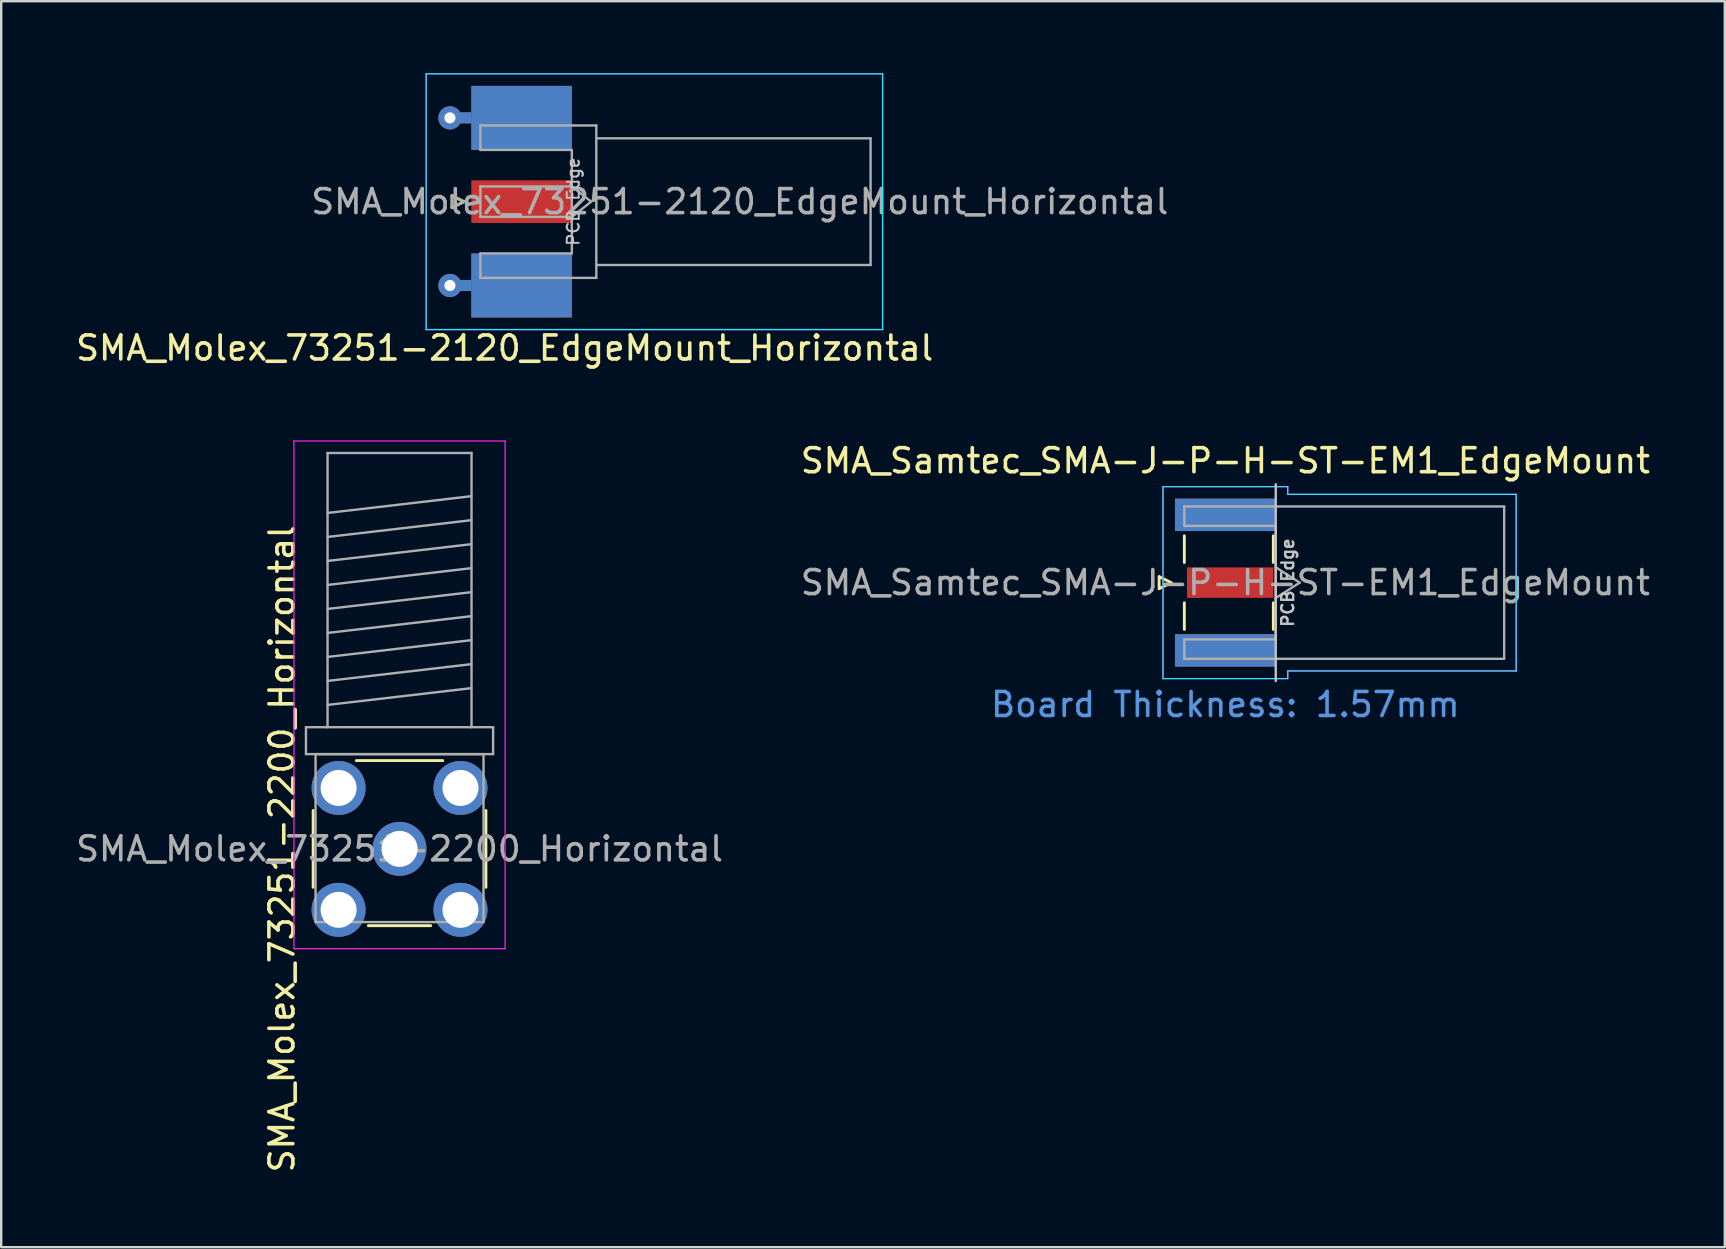
<source format=kicad_pcb>
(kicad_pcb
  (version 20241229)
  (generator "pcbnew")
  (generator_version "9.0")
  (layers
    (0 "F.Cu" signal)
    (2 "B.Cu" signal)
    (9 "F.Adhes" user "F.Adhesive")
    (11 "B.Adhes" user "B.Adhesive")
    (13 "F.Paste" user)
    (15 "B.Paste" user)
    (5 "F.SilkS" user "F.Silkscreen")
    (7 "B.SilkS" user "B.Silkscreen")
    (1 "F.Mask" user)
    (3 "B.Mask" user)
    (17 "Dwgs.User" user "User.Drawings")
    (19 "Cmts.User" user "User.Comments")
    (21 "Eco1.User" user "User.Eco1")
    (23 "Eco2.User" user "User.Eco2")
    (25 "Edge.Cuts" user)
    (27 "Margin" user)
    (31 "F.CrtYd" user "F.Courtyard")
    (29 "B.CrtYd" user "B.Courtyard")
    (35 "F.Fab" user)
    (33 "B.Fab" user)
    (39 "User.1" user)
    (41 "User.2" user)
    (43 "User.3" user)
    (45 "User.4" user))
  (footprint "SMA_Molex_73251-2200_Horizontal"
    (layer "F.Cu")
    (at 13.601 32.328)
    (property "Reference" "SMA_Molex_73251-2200_Horizontal" (at -4.9 0 90) (layer "F.SilkS") (effects (font (size 1 1) (thickness 0.15))))
    (attr through_hole)
    (fp_line (start -3.6 -1.6) (end -3.6 1.6) (stroke (width 0.12) (type solid)) (layer "F.SilkS"))
    (fp_line (start -1.8 -3.68) (end 1.8 -3.68) (stroke (width 0.12) (type solid)) (layer "F.SilkS"))
    (fp_line (start -1.3 3.2) (end 1.3 3.2) (stroke (width 0.12) (type solid)) (layer "F.SilkS"))
    (fp_line (start 3.6 -1.6) (end 3.6 1.6) (stroke (width 0.12) (type solid)) (layer "F.SilkS"))
    (fp_line (start -4.4 -17) (end -4.4 4.16) (stroke (width 0.05) (type solid)) (layer "F.CrtYd"))
    (fp_line (start -4.4 -17) (end 4.4 -17) (stroke (width 0.05) (type solid)) (layer "F.CrtYd"))
    (fp_line (start 4.4 4.16) (end -4.4 4.16) (stroke (width 0.05) (type solid)) (layer "F.CrtYd"))
    (fp_line (start 4.4 4.16) (end 4.4 -17) (stroke (width 0.05) (type solid)) (layer "F.CrtYd"))
    (fp_line (start -3.9 -5.07) (end -3.9 -3.95) (stroke (width 0.1) (type solid)) (layer "F.Fab"))
    (fp_line (start -3.9 -3.95) (end 3.9 -3.95) (stroke (width 0.1) (type solid)) (layer "F.Fab"))
    (fp_line (start -3.5 -3.95) (end -3.5 3.05) (stroke (width 0.1) (type solid)) (layer "F.Fab"))
    (fp_line (start -3.5 -3.95) (end 3.5 -3.95) (stroke (width 0.1) (type solid)) (layer "F.Fab"))
    (fp_line (start -3.5 3.05) (end 3.5 3.05) (stroke (width 0.1) (type solid)) (layer "F.Fab"))
    (fp_line (start -3 -16.5) (end -3 -5.07) (stroke (width 0.1) (type solid)) (layer "F.Fab"))
    (fp_line (start -3 -16.5) (end 3 -16.5) (stroke (width 0.1) (type solid)) (layer "F.Fab"))
    (fp_line (start -3 -14) (end 3 -14.7) (stroke (width 0.1) (type solid)) (layer "F.Fab"))
    (fp_line (start -3 -13) (end 3 -13.7) (stroke (width 0.1) (type solid)) (layer "F.Fab"))
    (fp_line (start -3 -12) (end 3 -12.7) (stroke (width 0.1) (type solid)) (layer "F.Fab"))
    (fp_line (start -3 -11) (end 3 -11.7) (stroke (width 0.1) (type solid)) (layer "F.Fab"))
    (fp_line (start -3 -10) (end 3 -10.7) (stroke (width 0.1) (type solid)) (layer "F.Fab"))
    (fp_line (start -3 -9) (end 3 -9.7) (stroke (width 0.1) (type solid)) (layer "F.Fab"))
    (fp_line (start -3 -8) (end 3 -8.7) (stroke (width 0.1) (type solid)) (layer "F.Fab"))
    (fp_line (start -3 -7) (end 3 -7.7) (stroke (width 0.1) (type solid)) (layer "F.Fab"))
    (fp_line (start -3 -6) (end 3 -6.7) (stroke (width 0.1) (type solid)) (layer "F.Fab"))
    (fp_line (start 3 -16.5) (end 3 -5.07) (stroke (width 0.1) (type solid)) (layer "F.Fab"))
    (fp_line (start 3.5 -3.95) (end 3.5 3.05) (stroke (width 0.1) (type solid)) (layer "F.Fab"))
    (fp_line (start 3.9 -5.07) (end -3.9 -5.07) (stroke (width 0.1) (type solid)) (layer "F.Fab"))
    (fp_line (start 3.9 -3.95) (end 3.9 -5.07) (stroke (width 0.1) (type solid)) (layer "F.Fab"))
    (fp_text user "${REFERENCE}" (at 0 0 0) (layer "F.Fab") (effects (font (size 1 1) (thickness 0.15))))
    (pad "1" thru_hole circle (at 0 0) (size 2.25 2.25) (drill 1.5) (layers "*.Cu" "*.Mask"))
    (pad "2" thru_hole circle (at -2.54 -2.54) (size 2.25 2.25) (drill 1.5) (layers "*.Cu" "*.Mask"))
    (pad "2" thru_hole circle (at -2.54 2.54) (size 2.25 2.25) (drill 1.5) (layers "*.Cu" "*.Mask"))
    (pad "2" thru_hole circle (at 2.54 -2.54) (size 2.25 2.25) (drill 1.5) (layers "*.Cu" "*.Mask"))
    (pad "2" thru_hole circle (at 2.54 2.54 90) (size 2.25 2.25) (drill 1.5) (layers "*.Cu" "*.Mask")))
  (footprint "SMA_Samtec_SMA-J-P-H-ST-EM1_EdgeMount"
    (layer "F.Cu")
    (at 48.018 21.232)
    (property "Reference" "SMA_Samtec_SMA-J-P-H-ST-EM1_EdgeMount" (at 0 -5.08 180) (layer "F.SilkS") (effects (font (size 1 1) (thickness 0.15))))
    (attr smd)
    (fp_line (start -2.76 -0.25) (end -2.76 0.25) (stroke (width 0.12) (type solid)) (layer "F.SilkS"))
    (fp_line (start -2.76 0.25) (end -2.26 0) (stroke (width 0.12) (type solid)) (layer "F.SilkS"))
    (fp_line (start -2.26 0) (end -2.76 -0.25) (stroke (width 0.12) (type solid)) (layer "F.SilkS"))
    (fp_line (start -1.71 -0.84) (end -1.71 -1.95) (stroke (width 0.12) (type solid)) (layer "F.SilkS"))
    (fp_line (start -1.71 1.95) (end -1.71 0.84) (stroke (width 0.12) (type solid)) (layer "F.SilkS"))
    (fp_line (start 2 -0.84) (end 2 -1.95) (stroke (width 0.12) (type solid)) (layer "F.SilkS"))
    (fp_line (start 2 1.95) (end 2 0.84) (stroke (width 0.12) (type solid)) (layer "F.SilkS"))
    (fp_line (start 2.1 -4.1) (end 2.1 4.1) (stroke (width 0.1) (type solid)) (layer "Dwgs.User"))
    (fp_line (start -2.6 4) (end -2.6 -4) (stroke (width 0.05) (type solid)) (layer "B.CrtYd"))
    (fp_line (start 2.6 -4) (end -2.6 -4) (stroke (width 0.05) (type solid)) (layer "B.CrtYd"))
    (fp_line (start 2.6 -4) (end 2.6 -3.68) (stroke (width 0.05) (type solid)) (layer "B.CrtYd"))
    (fp_line (start 2.6 -3.68) (end 12.12 -3.68) (stroke (width 0.05) (type solid)) (layer "B.CrtYd"))
    (fp_line (start 2.6 3.68) (end 2.6 4) (stroke (width 0.05) (type solid)) (layer "B.CrtYd"))
    (fp_line (start 2.6 4) (end -2.6 4) (stroke (width 0.05) (type solid)) (layer "B.CrtYd"))
    (fp_line (start 12.12 -3.68) (end 12.12 3.68) (stroke (width 0.05) (type solid)) (layer "B.CrtYd"))
    (fp_line (start 12.12 3.68) (end 2.6 3.68) (stroke (width 0.05) (type solid)) (layer "B.CrtYd"))
    (fp_line (start -2.6 4) (end -2.6 -4) (stroke (width 0.05) (type solid)) (layer "F.CrtYd"))
    (fp_line (start 2.6 -4) (end -2.6 -4) (stroke (width 0.05) (type solid)) (layer "F.CrtYd"))
    (fp_line (start 2.6 -3.68) (end 2.6 -4) (stroke (width 0.05) (type solid)) (layer "F.CrtYd"))
    (fp_line (start 2.6 -3.68) (end 12.12 -3.68) (stroke (width 0.05) (type solid)) (layer "F.CrtYd"))
    (fp_line (start 2.6 3.68) (end 2.6 4) (stroke (width 0.05) (type solid)) (layer "F.CrtYd"))
    (fp_line (start 2.6 4) (end -2.6 4) (stroke (width 0.05) (type solid)) (layer "F.CrtYd"))
    (fp_line (start 12.12 -3.68) (end 12.12 3.68) (stroke (width 0.05) (type solid)) (layer "F.CrtYd"))
    (fp_line (start 12.12 3.68) (end 2.6 3.68) (stroke (width 0.05) (type solid)) (layer "F.CrtYd"))
    (fp_line (start -1.71 -3.175) (end -1.71 -2.365) (stroke (width 0.1) (type solid)) (layer "F.Fab"))
    (fp_line (start -1.71 -3.175) (end 11.62 -3.175) (stroke (width 0.1) (type solid)) (layer "F.Fab"))
    (fp_line (start -1.71 -2.365) (end 2.1 -2.365) (stroke (width 0.1) (type solid)) (layer "F.Fab"))
    (fp_line (start -1.71 2.365) (end -1.71 3.175) (stroke (width 0.1) (type solid)) (layer "F.Fab"))
    (fp_line (start -1.71 3.175) (end 11.62 3.175) (stroke (width 0.1) (type solid)) (layer "F.Fab"))
    (fp_line (start 2.1 -2.365) (end 2.1 2.365) (stroke (width 0.1) (type solid)) (layer "F.Fab"))
    (fp_line (start 2.1 -0.64) (end 3.1 0) (stroke (width 0.1) (type solid)) (layer "F.Fab"))
    (fp_line (start 2.1 2.365) (end -1.71 2.365) (stroke (width 0.1) (type solid)) (layer "F.Fab"))
    (fp_line (start 3.1 0) (end 2.1 0.64) (stroke (width 0.1) (type solid)) (layer "F.Fab"))
    (fp_line (start 11.62 -3.165) (end 11.62 3.165) (stroke (width 0.1) (type solid)) (layer "F.Fab"))
    (fp_text user "PCB Edge" (at 2.6 0 90) (layer "Dwgs.User") (effects (font (size 0.5 0.5) (thickness 0.1))))
    (fp_text user "Board Thickness: 1.57mm" (at 0 5.08 0) (layer "Cmts.User") (effects (font (size 1 1) (thickness 0.15))))
    (fp_text user "${REFERENCE}" (at 0 0 0) (layer "F.Fab") (effects (font (size 1 1) (thickness 0.15))))
    (pad "1" smd rect (at 0.2 0 90) (size 1.27 3.6) (layers "F.Cu" "F.Mask" "F.Paste"))
    (pad "2" smd rect (at 0 -2.825 90) (size 1.35 4.2) (layers "F.Cu" "F.Mask" "F.Paste"))
    (pad "2" smd rect (at 0 -2.825 90) (size 1.35 4.2) (layers "B.Cu" "B.Mask" "B.Paste"))
    (pad "2" smd rect (at 0 2.825 90) (size 1.35 4.2) (layers "F.Cu" "F.Mask" "F.Paste"))
    (pad "2" smd rect (at 0 2.825 90) (size 1.35 4.2) (layers "B.Cu" "B.Mask" "B.Paste")))
  (footprint "SMA_Molex_73251-2120_EdgeMount_Horizontal"
    (layer "F.Cu")
    (at 18.687 5.355)
    (property "Reference" "SMA_Molex_73251-2120_EdgeMount_Horizontal" (at -0.705 6.1 0) (layer "F.SilkS") (effects (font (size 1 1) (thickness 0.15))))
    (attr smd)
    (fp_line (start -2.9 -0.25) (end -2.9 0.25) (stroke (width 0.12) (type solid)) (layer "F.SilkS"))
    (fp_line (start -2.9 0.25) (end -2.4 0) (stroke (width 0.12) (type solid)) (layer "F.SilkS"))
    (fp_line (start -2.4 0) (end -2.9 -0.25) (stroke (width 0.12) (type solid)) (layer "F.SilkS"))
    (fp_line (start -3.975 -5.33) (end -3.975 5.33) (stroke (width 0.05) (type solid)) (layer "B.CrtYd"))
    (fp_line (start -3.975 -5.33) (end 15.045 -5.33) (stroke (width 0.05) (type solid)) (layer "B.CrtYd"))
    (fp_line (start 15.045 -5.33) (end 15.045 5.33) (stroke (width 0.05) (type solid)) (layer "B.CrtYd"))
    (fp_line (start 15.045 5.33) (end -3.975 5.33) (stroke (width 0.05) (type solid)) (layer "B.CrtYd"))
    (fp_line (start -3.975 -5.33) (end -3.975 5.33) (stroke (width 0.05) (type solid)) (layer "F.CrtYd"))
    (fp_line (start -3.975 -5.33) (end 15.045 -5.33) (stroke (width 0.05) (type solid)) (layer "F.CrtYd"))
    (fp_line (start 15.045 -5.33) (end 15.045 5.33) (stroke (width 0.05) (type solid)) (layer "F.CrtYd"))
    (fp_line (start 15.045 5.33) (end -3.975 5.33) (stroke (width 0.05) (type solid)) (layer "F.CrtYd"))
    (fp_line (start -2.9 -0.25) (end -2.4 0) (stroke (width 0.1) (type solid)) (layer "F.Fab"))
    (fp_line (start -2.9 0.25) (end -2.9 -0.25) (stroke (width 0.1) (type solid)) (layer "F.Fab"))
    (fp_line (start -2.4 0) (end -2.9 0.25) (stroke (width 0.1) (type solid)) (layer "F.Fab"))
    (fp_line (start -1.715 -3.175) (end -1.715 -2.155) (stroke (width 0.1) (type solid)) (layer "F.Fab"))
    (fp_line (start -1.715 -3.175) (end 3.115 -3.175) (stroke (width 0.1) (type solid)) (layer "F.Fab"))
    (fp_line (start -1.715 -0.635) (end -1.715 0.635) (stroke (width 0.1) (type solid)) (layer "F.Fab"))
    (fp_line (start -1.715 3.175) (end -1.715 2.155) (stroke (width 0.1) (type solid)) (layer "F.Fab"))
    (fp_line (start 2.095 -2.155) (end -1.715 -2.155) (stroke (width 0.1) (type solid)) (layer "F.Fab"))
    (fp_line (start 2.095 -2.155) (end 2.095 2.155) (stroke (width 0.1) (type solid)) (layer "F.Fab"))
    (fp_line (start 2.095 -0.635) (end -1.715 -0.635) (stroke (width 0.1) (type solid)) (layer "F.Fab"))
    (fp_line (start 2.095 -0.635) (end 2.9 0) (stroke (width 0.1) (type solid)) (layer "F.Fab"))
    (fp_line (start 2.095 0.635) (end -1.715 0.635) (stroke (width 0.1) (type solid)) (layer "F.Fab"))
    (fp_line (start 2.095 2.155) (end -1.715 2.155) (stroke (width 0.1) (type solid)) (layer "F.Fab"))
    (fp_line (start 2.9 0) (end 2.095 0.635) (stroke (width 0.1) (type solid)) (layer "F.Fab"))
    (fp_line (start 3.115 -3.175) (end 3.115 3.175) (stroke (width 0.1) (type solid)) (layer "F.Fab"))
    (fp_line (start 3.115 3.175) (end -1.715 3.175) (stroke (width 0.1) (type solid)) (layer "F.Fab"))
    (fp_line (start 14.545 -2.64) (end 3.115 -2.64) (stroke (width 0.1) (type solid)) (layer "F.Fab"))
    (fp_line (start 14.545 -2.64) (end 14.545 2.64) (stroke (width 0.1) (type solid)) (layer "F.Fab"))
    (fp_line (start 14.545 2.64) (end 3.115 2.64) (stroke (width 0.1) (type solid)) (layer "F.Fab"))
    (fp_text user "PCB Edge" (at 2.155 0 270) (layer "Dwgs.User") (effects (font (size 0.5 0.5) (thickness 0.08))))
    (fp_text user "${REFERENCE}" (at 9.095 0 0) (layer "F.Fab") (effects (font (size 1 1) (thickness 0.15))))
    (pad "1" smd rect (at 0 0) (size 4.19 1.78) (layers "F.Cu" "F.Mask" "F.Paste"))
    (pad "2" thru_hole circle (at -2.985 -3.493) (size 0.97 0.97) (drill 0.46) (layers "*.Cu"))
    (pad "2" thru_hole circle (at -2.985 3.493) (size 0.97 0.97) (drill 0.46) (layers "*.Cu"))
    (pad "2" smd rect (at -2.54 -3.493) (size 0.89 0.46) (layers "F.Cu"))
    (pad "2" smd rect (at -2.54 -3.493) (size 0.89 0.46) (layers "B.Cu"))
    (pad "2" smd rect (at -2.54 3.493) (size 0.89 0.46) (layers "F.Cu"))
    (pad "2" smd rect (at -2.54 3.493) (size 0.89 0.46) (layers "B.Cu"))
    (pad "2" smd rect (at 0 -3.493) (size 4.19 2.665) (layers "F.Cu" "F.Mask" "F.Paste"))
    (pad "2" smd rect (at 0 -3.493) (size 4.19 2.665) (layers "B.Cu" "B.Mask" "B.Paste"))
    (pad "2" smd rect (at 0 3.493) (size 4.19 2.665) (layers "F.Cu" "F.Mask" "F.Paste"))
    (pad "2" smd rect (at 0 3.493) (size 4.19 2.665) (layers "B.Cu" "B.Mask" "B.Paste")))
  (gr_rect
    (start -3 -3)
    (end 68.833 48.929)
    (stroke (width 0.1) (type default))
    (fill no)
    (layer "Edge.Cuts")))
</source>
